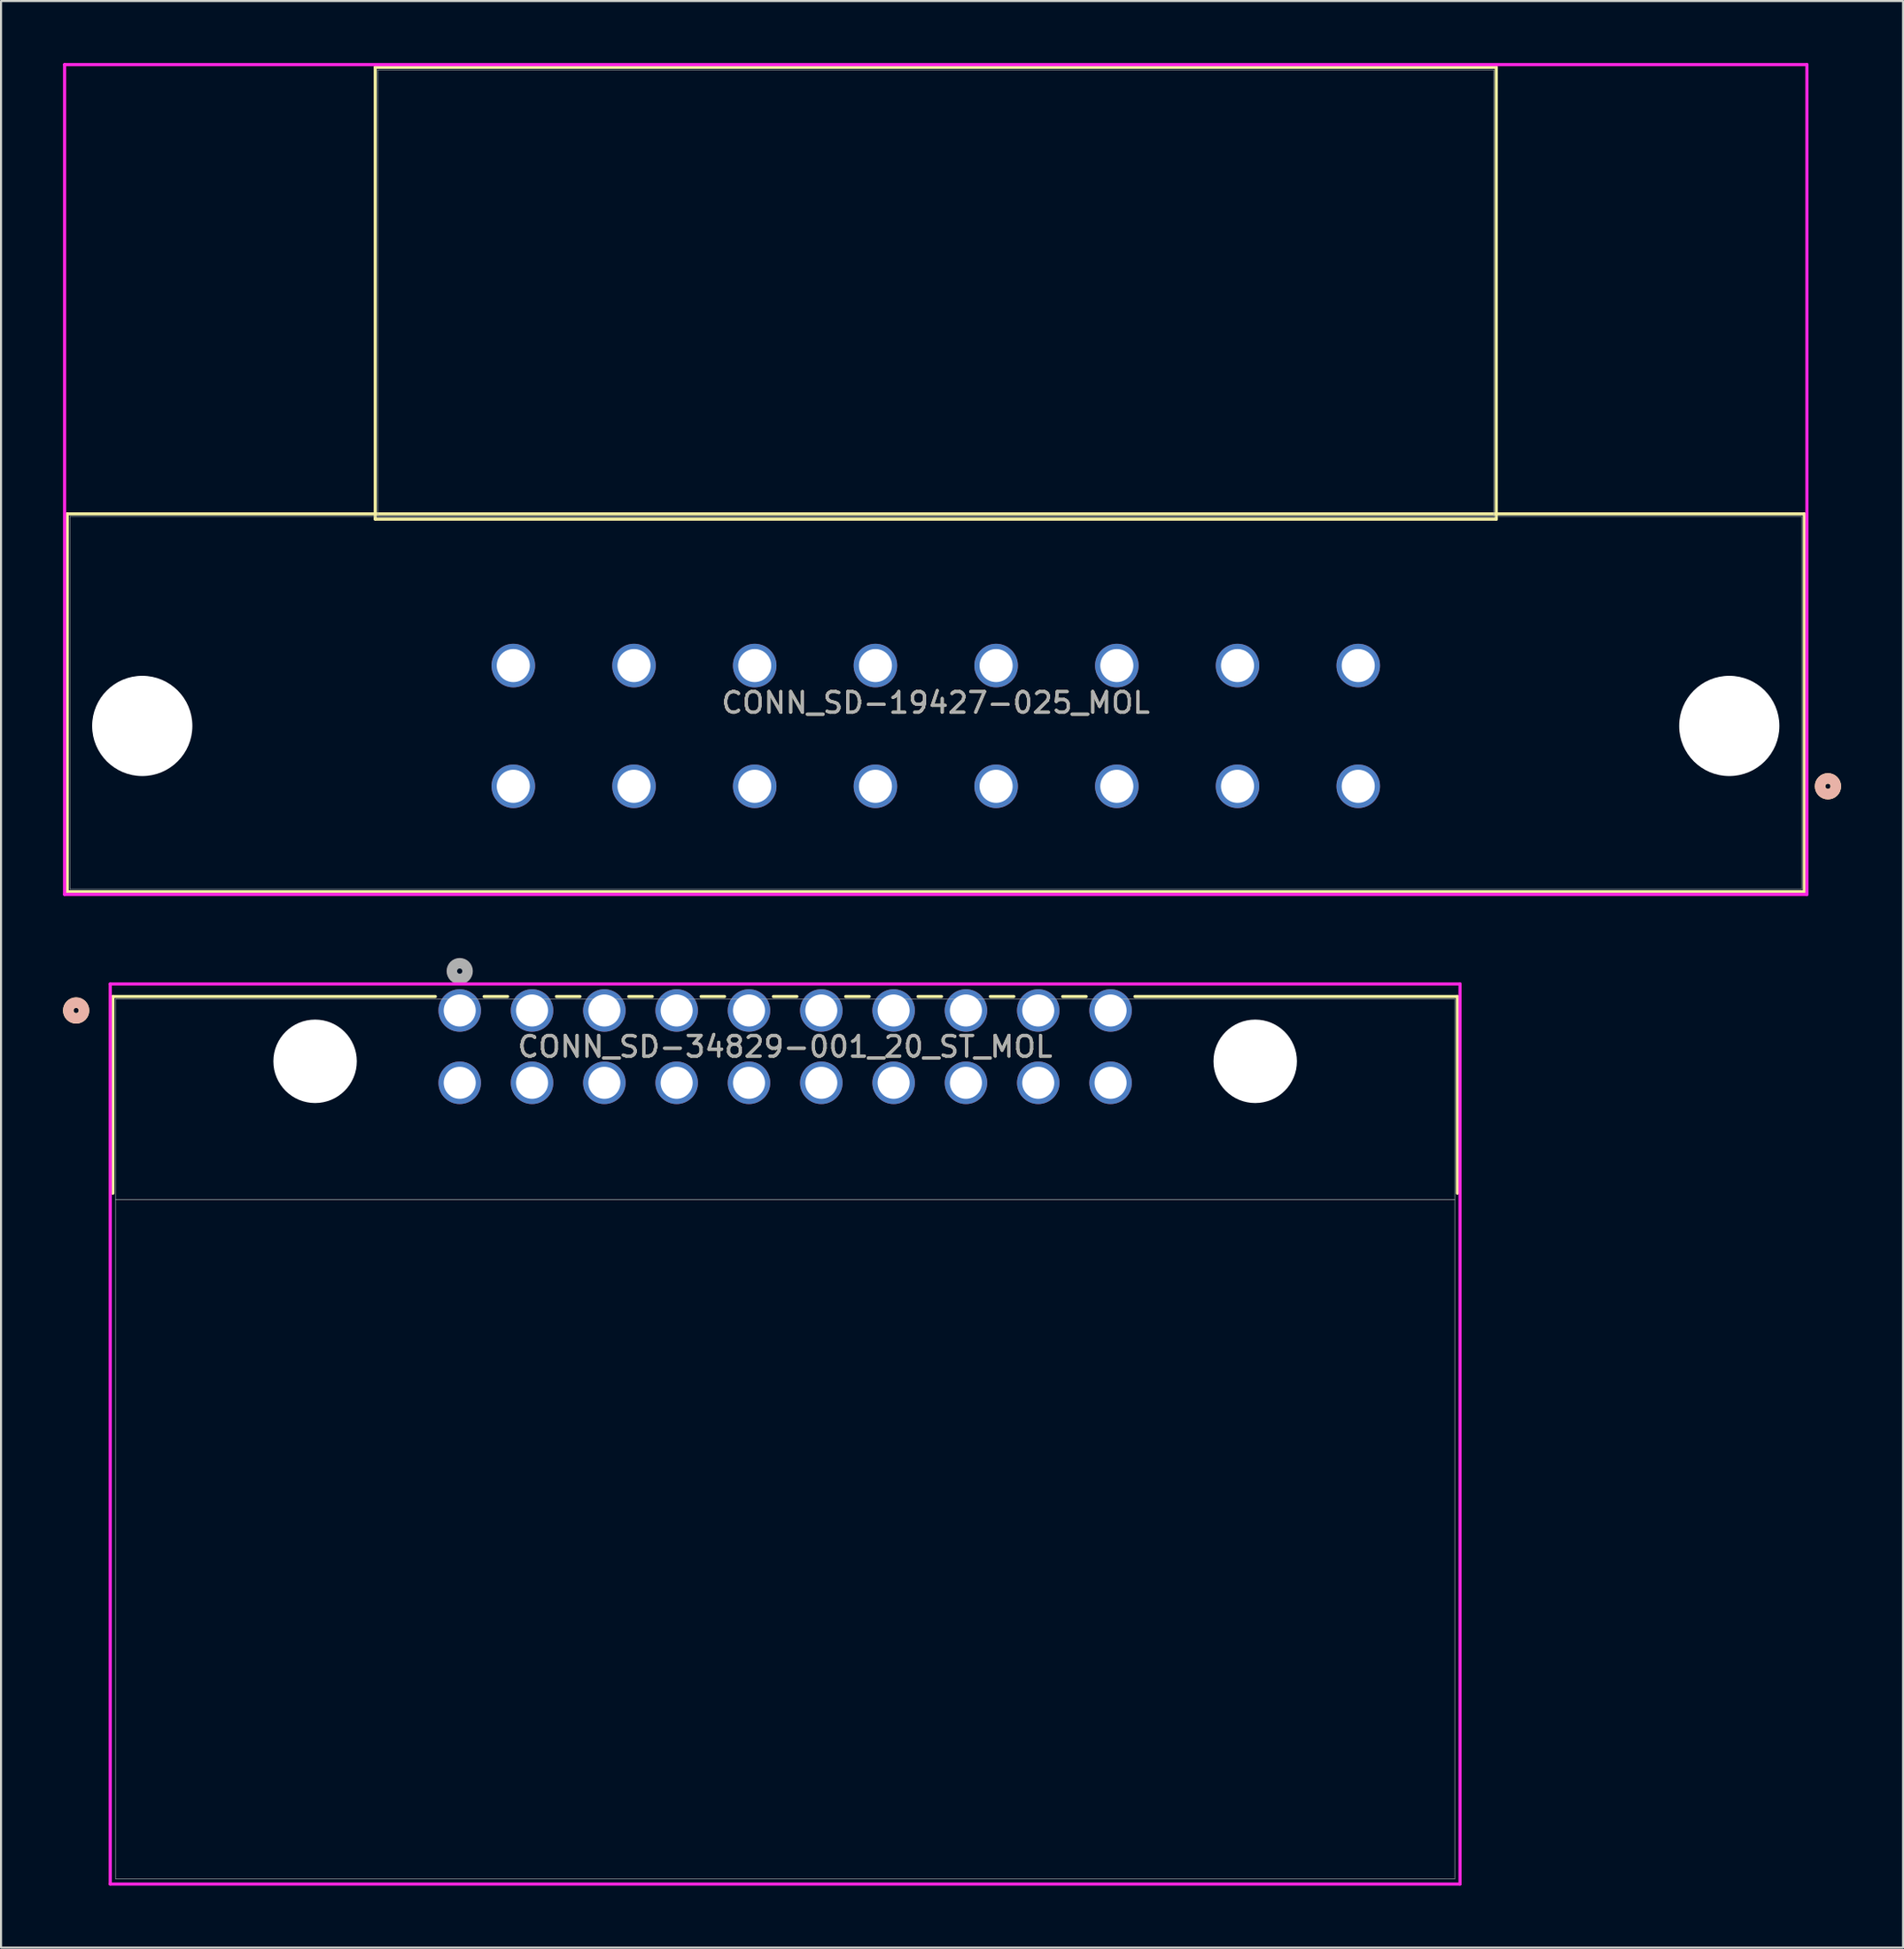
<source format=kicad_pcb>
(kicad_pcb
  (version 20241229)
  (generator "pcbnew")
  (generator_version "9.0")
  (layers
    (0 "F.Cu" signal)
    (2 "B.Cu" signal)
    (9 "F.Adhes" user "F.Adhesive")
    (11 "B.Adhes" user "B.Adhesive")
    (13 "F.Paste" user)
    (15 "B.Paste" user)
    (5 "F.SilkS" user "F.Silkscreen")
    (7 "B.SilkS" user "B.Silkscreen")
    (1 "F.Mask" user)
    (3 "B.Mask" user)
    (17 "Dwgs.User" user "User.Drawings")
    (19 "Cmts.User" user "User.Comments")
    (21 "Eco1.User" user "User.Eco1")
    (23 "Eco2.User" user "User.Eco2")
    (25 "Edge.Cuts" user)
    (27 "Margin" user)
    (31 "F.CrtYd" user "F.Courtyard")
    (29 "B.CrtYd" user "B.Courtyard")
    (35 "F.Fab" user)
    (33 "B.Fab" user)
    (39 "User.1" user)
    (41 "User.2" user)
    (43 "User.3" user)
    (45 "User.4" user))
  (footprint "CONN_SD-19427-025_MOL"
    (layer "F.Cu")
    (at 62.687 35.001)
    (property "Reference" "CONN_SD-19427-025_MOL" (at -20.447 -4.039 0) (unlocked yes) (layer "F.SilkS") (effects (font (size 1 1) (thickness 0.15))))
    (attr through_hole)
    (fp_line (start -62.484 -13.183) (end -62.484 5.105) (stroke (width 0.152) (type solid)) (layer "F.SilkS"))
    (fp_line (start -62.484 5.105) (end 21.59 5.105) (stroke (width 0.152) (type solid)) (layer "F.SilkS"))
    (fp_line (start -47.574 -34.798) (end -47.574 -12.929) (stroke (width 0.152) (type solid)) (layer "F.SilkS"))
    (fp_line (start -47.574 -12.929) (end 6.68 -12.929) (stroke (width 0.152) (type solid)) (layer "F.SilkS"))
    (fp_line (start 6.68 -34.798) (end -47.574 -34.798) (stroke (width 0.152) (type solid)) (layer "F.SilkS"))
    (fp_line (start 6.68 -12.929) (end 6.68 -34.798) (stroke (width 0.152) (type solid)) (layer "F.SilkS"))
    (fp_line (start 21.59 -13.183) (end -62.484 -13.183) (stroke (width 0.152) (type solid)) (layer "F.SilkS"))
    (fp_line (start 21.59 5.105) (end 21.59 -13.183) (stroke (width 0.152) (type solid)) (layer "F.SilkS"))
    (fp_circle (center 22.733 0) (end 23.114 0) (stroke (width 0.508) (type solid)) (fill no) (layer "F.SilkS"))
    (fp_circle (center 22.733 0) (end 23.114 0) (stroke (width 0.508) (type solid)) (fill no) (layer "B.SilkS"))
    (fp_line (start -62.611 -34.925) (end -62.611 5.232) (stroke (width 0.152) (type solid)) (layer "F.CrtYd"))
    (fp_line (start -62.611 5.232) (end 21.717 5.232) (stroke (width 0.152) (type solid)) (layer "F.CrtYd"))
    (fp_line (start 21.717 -34.925) (end -62.611 -34.925) (stroke (width 0.152) (type solid)) (layer "F.CrtYd"))
    (fp_line (start 21.717 5.232) (end 21.717 -34.925) (stroke (width 0.152) (type solid)) (layer "F.CrtYd"))
    (fp_line (start -62.357 -13.056) (end -62.357 4.978) (stroke (width 0.025) (type solid)) (layer "F.Fab"))
    (fp_line (start -62.357 4.978) (end 21.463 4.978) (stroke (width 0.025) (type solid)) (layer "F.Fab"))
    (fp_line (start -47.447 -34.671) (end -47.447 -13.056) (stroke (width 0.025) (type solid)) (layer "F.Fab"))
    (fp_line (start -47.447 -13.056) (end 6.553 -13.056) (stroke (width 0.025) (type solid)) (layer "F.Fab"))
    (fp_line (start 6.553 -34.671) (end -47.447 -34.671) (stroke (width 0.025) (type solid)) (layer "F.Fab"))
    (fp_line (start 6.553 -13.056) (end 6.553 -34.671) (stroke (width 0.025) (type solid)) (layer "F.Fab"))
    (fp_line (start 21.463 -13.056) (end -62.357 -13.056) (stroke (width 0.025) (type solid)) (layer "F.Fab"))
    (fp_line (start 21.463 4.978) (end 21.463 -13.056) (stroke (width 0.025) (type solid)) (layer "F.Fab"))
    (fp_circle (center 0 0) (end 0.381 0) (stroke (width 0.508) (type solid)) (fill no) (layer "F.Fab"))
    (fp_text user "${REFERENCE}" (at -20.447 -4.039 0) (unlocked yes) (layer "F.Fab") (effects (font (size 1 1) (thickness 0.15))))
    (pad "" np_thru_hole circle (at -58.852 -2.921) (size 4.851 4.851) (drill 4.851) (layers "*.Cu" "*.Mask"))
    (pad "" np_thru_hole circle (at 17.958 -2.921) (size 4.851 4.851) (drill 4.851) (layers "*.Cu" "*.Mask"))
    (pad "1" thru_hole circle (at 0 0) (size 2.108 2.108) (drill 1.6) (layers "*.Cu" "*.Mask"))
    (pad "2" thru_hole circle (at -5.842 0) (size 2.108 2.108) (drill 1.6) (layers "*.Cu" "*.Mask"))
    (pad "3" thru_hole circle (at -11.684 0) (size 2.108 2.108) (drill 1.6) (layers "*.Cu" "*.Mask"))
    (pad "4" thru_hole circle (at -17.526 0) (size 2.108 2.108) (drill 1.6) (layers "*.Cu" "*.Mask"))
    (pad "5" thru_hole circle (at -23.368 0) (size 2.108 2.108) (drill 1.6) (layers "*.Cu" "*.Mask"))
    (pad "6" thru_hole circle (at -29.21 0) (size 2.108 2.108) (drill 1.6) (layers "*.Cu" "*.Mask"))
    (pad "7" thru_hole circle (at -35.052 0) (size 2.108 2.108) (drill 1.6) (layers "*.Cu" "*.Mask"))
    (pad "8" thru_hole circle (at -40.894 0) (size 2.108 2.108) (drill 1.6) (layers "*.Cu" "*.Mask"))
    (pad "9" thru_hole circle (at 0 -5.842) (size 2.108 2.108) (drill 1.6) (layers "*.Cu" "*.Mask"))
    (pad "10" thru_hole circle (at -5.842 -5.842) (size 2.108 2.108) (drill 1.6) (layers "*.Cu" "*.Mask"))
    (pad "11" thru_hole circle (at -11.684 -5.842) (size 2.108 2.108) (drill 1.6) (layers "*.Cu" "*.Mask"))
    (pad "12" thru_hole circle (at -17.526 -5.842) (size 2.108 2.108) (drill 1.6) (layers "*.Cu" "*.Mask"))
    (pad "13" thru_hole circle (at -23.368 -5.842) (size 2.108 2.108) (drill 1.6) (layers "*.Cu" "*.Mask"))
    (pad "14" thru_hole circle (at -29.21 -5.842) (size 2.108 2.108) (drill 1.6) (layers "*.Cu" "*.Mask"))
    (pad "15" thru_hole circle (at -35.052 -5.842) (size 2.108 2.108) (drill 1.6) (layers "*.Cu" "*.Mask"))
    (pad "16" thru_hole circle (at -40.894 -5.842) (size 2.108 2.108) (drill 1.6) (layers "*.Cu" "*.Mask")))
  (footprint "CONN_SD-34829-001_20_ST_MOL"
    (layer "F.Cu")
    (at 19.2 45.85)
    (property "Reference" "CONN_SD-34829-001_20_ST_MOL" (at 15.75 1.75 0) (unlocked yes) (layer "F.SilkS") (effects (font (size 1 1) (thickness 0.15))))
    (attr through_hole)
    (fp_line (start -16.787 -0.677) (end -16.787 8.845) (stroke (width 0.152) (type solid)) (layer "F.SilkS"))
    (fp_line (start -1.181 -0.677) (end -16.787 -0.677) (stroke (width 0.152) (type solid)) (layer "F.SilkS"))
    (fp_line (start 2.319 -0.677) (end 1.181 -0.677) (stroke (width 0.152) (type solid)) (layer "F.SilkS"))
    (fp_line (start 5.819 -0.677) (end 4.681 -0.677) (stroke (width 0.152) (type solid)) (layer "F.SilkS"))
    (fp_line (start 9.319 -0.677) (end 8.181 -0.677) (stroke (width 0.152) (type solid)) (layer "F.SilkS"))
    (fp_line (start 12.819 -0.677) (end 11.681 -0.677) (stroke (width 0.152) (type solid)) (layer "F.SilkS"))
    (fp_line (start 16.319 -0.677) (end 15.181 -0.677) (stroke (width 0.152) (type solid)) (layer "F.SilkS"))
    (fp_line (start 19.819 -0.677) (end 18.681 -0.677) (stroke (width 0.152) (type solid)) (layer "F.SilkS"))
    (fp_line (start 23.319 -0.677) (end 22.181 -0.677) (stroke (width 0.152) (type solid)) (layer "F.SilkS"))
    (fp_line (start 26.819 -0.677) (end 25.681 -0.677) (stroke (width 0.152) (type solid)) (layer "F.SilkS"))
    (fp_line (start 30.319 -0.677) (end 29.181 -0.677) (stroke (width 0.152) (type solid)) (layer "F.SilkS"))
    (fp_line (start 48.287 -0.677) (end 32.681 -0.677) (stroke (width 0.152) (type solid)) (layer "F.SilkS"))
    (fp_line (start 48.287 8.845) (end 48.287 -0.677) (stroke (width 0.152) (type solid)) (layer "F.SilkS"))
    (fp_circle (center -18.565 0) (end -18.184 0) (stroke (width 0.508) (type solid)) (fill no) (layer "F.SilkS"))
    (fp_circle (center -18.565 0) (end -18.184 0) (stroke (width 0.508) (type solid)) (fill no) (layer "B.SilkS"))
    (fp_line (start -16.66 9.153) (end 48.16 9.153) (stroke (width 0.025) (type solid)) (layer "Edge.Cuts"))
    (fp_line (start -16.914 -1.283) (end -16.914 42.274) (stroke (width 0.152) (type solid)) (layer "F.CrtYd"))
    (fp_line (start -16.914 42.274) (end 48.414 42.274) (stroke (width 0.152) (type solid)) (layer "F.CrtYd"))
    (fp_line (start 48.414 -1.283) (end -16.914 -1.283) (stroke (width 0.152) (type solid)) (layer "F.CrtYd"))
    (fp_line (start 48.414 42.274) (end 48.414 -1.283) (stroke (width 0.152) (type solid)) (layer "F.CrtYd"))
    (fp_line (start -16.66 -0.55) (end -16.66 42.02) (stroke (width 0.025) (type solid)) (layer "F.Fab"))
    (fp_line (start -16.66 42.02) (end 48.16 42.02) (stroke (width 0.025) (type solid)) (layer "F.Fab"))
    (fp_line (start 48.16 -0.55) (end -16.66 -0.55) (stroke (width 0.025) (type solid)) (layer "F.Fab"))
    (fp_line (start 48.16 42.02) (end 48.16 -0.55) (stroke (width 0.025) (type solid)) (layer "F.Fab"))
    (fp_circle (center 0 -1.905) (end 0.381 -1.905) (stroke (width 0.508) (type solid)) (fill no) (layer "F.Fab"))
    (fp_text user "${REFERENCE}" (at 15.75 1.75 0) (unlocked yes) (layer "F.Fab") (effects (font (size 1 1) (thickness 0.15))))
    (pad "" np_thru_hole circle (at -7 2.46) (size 4.039 4.039) (drill 4.039) (layers "*.Cu" "*.Mask"))
    (pad "" np_thru_hole circle (at 38.5 2.46) (size 4.039 4.039) (drill 4.039) (layers "*.Cu" "*.Mask"))
    (pad "1" thru_hole circle (at 0 0) (size 2.057 2.057) (drill 1.549) (layers "*.Cu" "*.Mask"))
    (pad "2" thru_hole circle (at 3.5 0) (size 2.057 2.057) (drill 1.549) (layers "*.Cu" "*.Mask"))
    (pad "3" thru_hole circle (at 7 0) (size 2.057 2.057) (drill 1.549) (layers "*.Cu" "*.Mask"))
    (pad "4" thru_hole circle (at 10.5 0) (size 2.057 2.057) (drill 1.549) (layers "*.Cu" "*.Mask"))
    (pad "5" thru_hole circle (at 14 0) (size 2.057 2.057) (drill 1.549) (layers "*.Cu" "*.Mask"))
    (pad "6" thru_hole circle (at 17.5 0) (size 2.057 2.057) (drill 1.549) (layers "*.Cu" "*.Mask"))
    (pad "7" thru_hole circle (at 21 0) (size 2.057 2.057) (drill 1.549) (layers "*.Cu" "*.Mask"))
    (pad "8" thru_hole circle (at 24.5 0) (size 2.057 2.057) (drill 1.549) (layers "*.Cu" "*.Mask"))
    (pad "9" thru_hole circle (at 28 0) (size 2.057 2.057) (drill 1.549) (layers "*.Cu" "*.Mask"))
    (pad "10" thru_hole circle (at 31.5 0) (size 2.057 2.057) (drill 1.549) (layers "*.Cu" "*.Mask"))
    (pad "11" thru_hole circle (at 0 3.5) (size 2.057 2.057) (drill 1.549) (layers "*.Cu" "*.Mask"))
    (pad "12" thru_hole circle (at 3.5 3.5) (size 2.057 2.057) (drill 1.549) (layers "*.Cu" "*.Mask"))
    (pad "13" thru_hole circle (at 7 3.5) (size 2.057 2.057) (drill 1.549) (layers "*.Cu" "*.Mask"))
    (pad "14" thru_hole circle (at 10.5 3.5) (size 2.057 2.057) (drill 1.549) (layers "*.Cu" "*.Mask"))
    (pad "15" thru_hole circle (at 14 3.5) (size 2.057 2.057) (drill 1.549) (layers "*.Cu" "*.Mask"))
    (pad "16" thru_hole circle (at 17.5 3.5) (size 2.057 2.057) (drill 1.549) (layers "*.Cu" "*.Mask"))
    (pad "17" thru_hole circle (at 21 3.5) (size 2.057 2.057) (drill 1.549) (layers "*.Cu" "*.Mask"))
    (pad "18" thru_hole circle (at 24.5 3.5) (size 2.057 2.057) (drill 1.549) (layers "*.Cu" "*.Mask"))
    (pad "19" thru_hole circle (at 28 3.5) (size 2.057 2.057) (drill 1.549) (layers "*.Cu" "*.Mask"))
    (pad "20" thru_hole circle (at 31.5 3.5) (size 2.057 2.057) (drill 1.549) (layers "*.Cu" "*.Mask")))
  (gr_rect
    (start -3 -3)
    (end 89.055 91.2)
    (stroke (width 0.1) (type default))
    (fill no)
    (layer "Edge.Cuts")))
</source>
